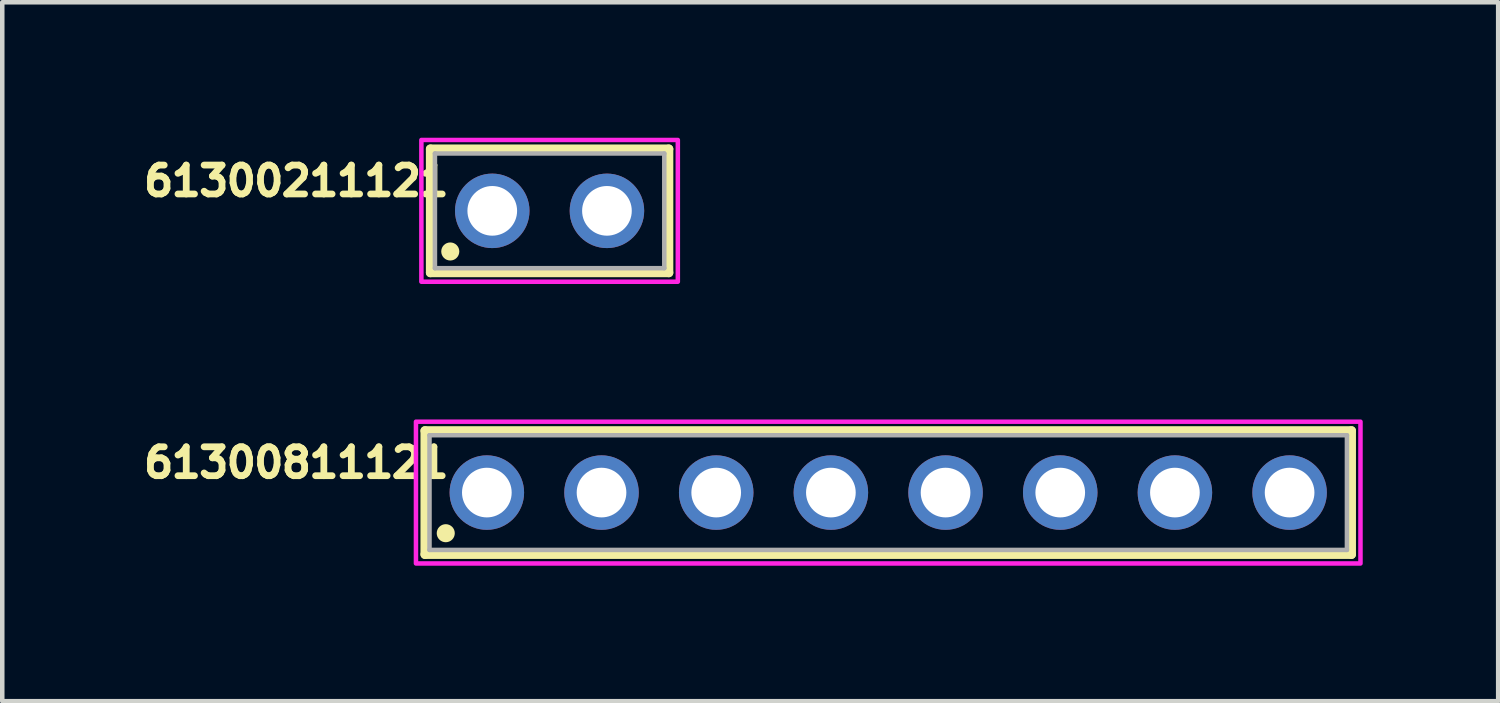
<source format=kicad_pcb>
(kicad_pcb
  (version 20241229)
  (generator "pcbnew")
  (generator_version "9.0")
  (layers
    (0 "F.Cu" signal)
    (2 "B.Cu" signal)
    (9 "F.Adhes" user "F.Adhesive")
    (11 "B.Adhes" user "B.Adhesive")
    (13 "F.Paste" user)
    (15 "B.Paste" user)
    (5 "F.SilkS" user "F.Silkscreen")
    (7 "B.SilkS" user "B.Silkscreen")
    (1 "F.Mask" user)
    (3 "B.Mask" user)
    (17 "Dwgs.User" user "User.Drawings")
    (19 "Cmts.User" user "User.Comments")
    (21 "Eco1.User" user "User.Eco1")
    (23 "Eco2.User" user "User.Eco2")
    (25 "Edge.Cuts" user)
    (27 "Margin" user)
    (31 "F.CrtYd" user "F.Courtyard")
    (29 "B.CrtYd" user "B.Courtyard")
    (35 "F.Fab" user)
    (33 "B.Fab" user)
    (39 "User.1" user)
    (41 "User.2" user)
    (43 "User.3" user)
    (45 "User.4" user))
  (footprint "61300811121"
    (layer "F.Cu")
    (at 16.623 7.86)
    (property "Reference" "61300811121" (at -13.11 -0.662 0) (layer "F.SilkS") (effects (font (size 0.64 0.64) (thickness 0.15))))
    (attr through_hole)
    (fp_line (start -10.26 -1.37) (end 10.26 -1.37) (stroke (width 0.2) (type solid)) (layer "F.SilkS"))
    (fp_line (start -10.26 1.37) (end -10.26 -1.37) (stroke (width 0.2) (type solid)) (layer "F.SilkS"))
    (fp_line (start 10.26 -1.37) (end 10.26 1.37) (stroke (width 0.2) (type solid)) (layer "F.SilkS"))
    (fp_line (start 10.26 1.37) (end -10.26 1.37) (stroke (width 0.2) (type solid)) (layer "F.SilkS"))
    (fp_circle (center -9.8 0.9) (end -9.7 0.9) (stroke (width 0.2) (type solid)) (fill no) (layer "F.SilkS"))
    (fp_poly (pts (xy -10.46 -1.57) (xy 10.46 -1.57) (xy 10.46 1.57) (xy -10.46 1.57)) (stroke (width 0.1) (type solid)) (fill no) (layer "F.CrtYd"))
    (fp_line (start -10.16 -1.27) (end -10.16 1.27) (stroke (width 0.1) (type solid)) (layer "F.Fab"))
    (fp_line (start -10.16 1.27) (end 10.16 1.27) (stroke (width 0.1) (type solid)) (layer "F.Fab"))
    (fp_line (start 10.16 -1.27) (end -10.16 -1.27) (stroke (width 0.1) (type solid)) (layer "F.Fab"))
    (fp_line (start 10.16 1.27) (end 10.16 -1.27) (stroke (width 0.1) (type solid)) (layer "F.Fab"))
    (pad "1" thru_hole circle (at -8.89 0) (size 1.65 1.65) (drill 1.1) (layers "*.Cu" "*.Mask"))
    (pad "2" thru_hole circle (at -6.35 0) (size 1.65 1.65) (drill 1.1) (layers "*.Cu" "*.Mask"))
    (pad "3" thru_hole circle (at -3.81 0) (size 1.65 1.65) (drill 1.1) (layers "*.Cu" "*.Mask"))
    (pad "4" thru_hole circle (at -1.27 0) (size 1.65 1.65) (drill 1.1) (layers "*.Cu" "*.Mask"))
    (pad "5" thru_hole circle (at 1.27 0) (size 1.65 1.65) (drill 1.1) (layers "*.Cu" "*.Mask"))
    (pad "6" thru_hole circle (at 3.81 0) (size 1.65 1.65) (drill 1.1) (layers "*.Cu" "*.Mask"))
    (pad "7" thru_hole circle (at 6.35 0) (size 1.65 1.65) (drill 1.1) (layers "*.Cu" "*.Mask"))
    (pad "8" thru_hole circle (at 8.89 0) (size 1.65 1.65) (drill 1.1) (layers "*.Cu" "*.Mask")))
  (footprint "61300211121"
    (layer "F.Cu")
    (at 9.123 1.62)
    (property "Reference" "61300211121" (at -5.61 -0.662 0) (layer "F.SilkS") (effects (font (size 0.64 0.64) (thickness 0.15))))
    (attr through_hole)
    (fp_line (start -2.64 -1.37) (end 2.64 -1.37) (stroke (width 0.2) (type solid)) (layer "F.SilkS"))
    (fp_line (start -2.64 1.37) (end -2.64 -1.37) (stroke (width 0.2) (type solid)) (layer "F.SilkS"))
    (fp_line (start 2.64 -1.37) (end 2.64 1.37) (stroke (width 0.2) (type solid)) (layer "F.SilkS"))
    (fp_line (start 2.64 1.37) (end -2.64 1.37) (stroke (width 0.2) (type solid)) (layer "F.SilkS"))
    (fp_circle (center -2.2 0.9) (end -2.1 0.9) (stroke (width 0.2) (type solid)) (fill no) (layer "F.SilkS"))
    (fp_poly (pts (xy -2.84 -1.57) (xy 2.84 -1.57) (xy 2.84 1.57) (xy -2.84 1.57)) (stroke (width 0.1) (type solid)) (fill no) (layer "F.CrtYd"))
    (fp_line (start -2.54 -1.27) (end -2.54 1.27) (stroke (width 0.1) (type solid)) (layer "F.Fab"))
    (fp_line (start -2.54 1.27) (end 2.54 1.27) (stroke (width 0.1) (type solid)) (layer "F.Fab"))
    (fp_line (start 2.54 -1.27) (end -2.54 -1.27) (stroke (width 0.1) (type solid)) (layer "F.Fab"))
    (fp_line (start 2.54 1.27) (end 2.54 -1.27) (stroke (width 0.1) (type solid)) (layer "F.Fab"))
    (pad "1" thru_hole circle (at -1.27 0) (size 1.65 1.65) (drill 1.1) (layers "*.Cu" "*.Mask"))
    (pad "2" thru_hole circle (at 1.27 0) (size 1.65 1.65) (drill 1.1) (layers "*.Cu" "*.Mask")))
  (gr_rect
    (start -3 -3)
    (end 30.133 12.48)
    (stroke (width 0.1) (type default))
    (fill no)
    (layer "Edge.Cuts")))
</source>
